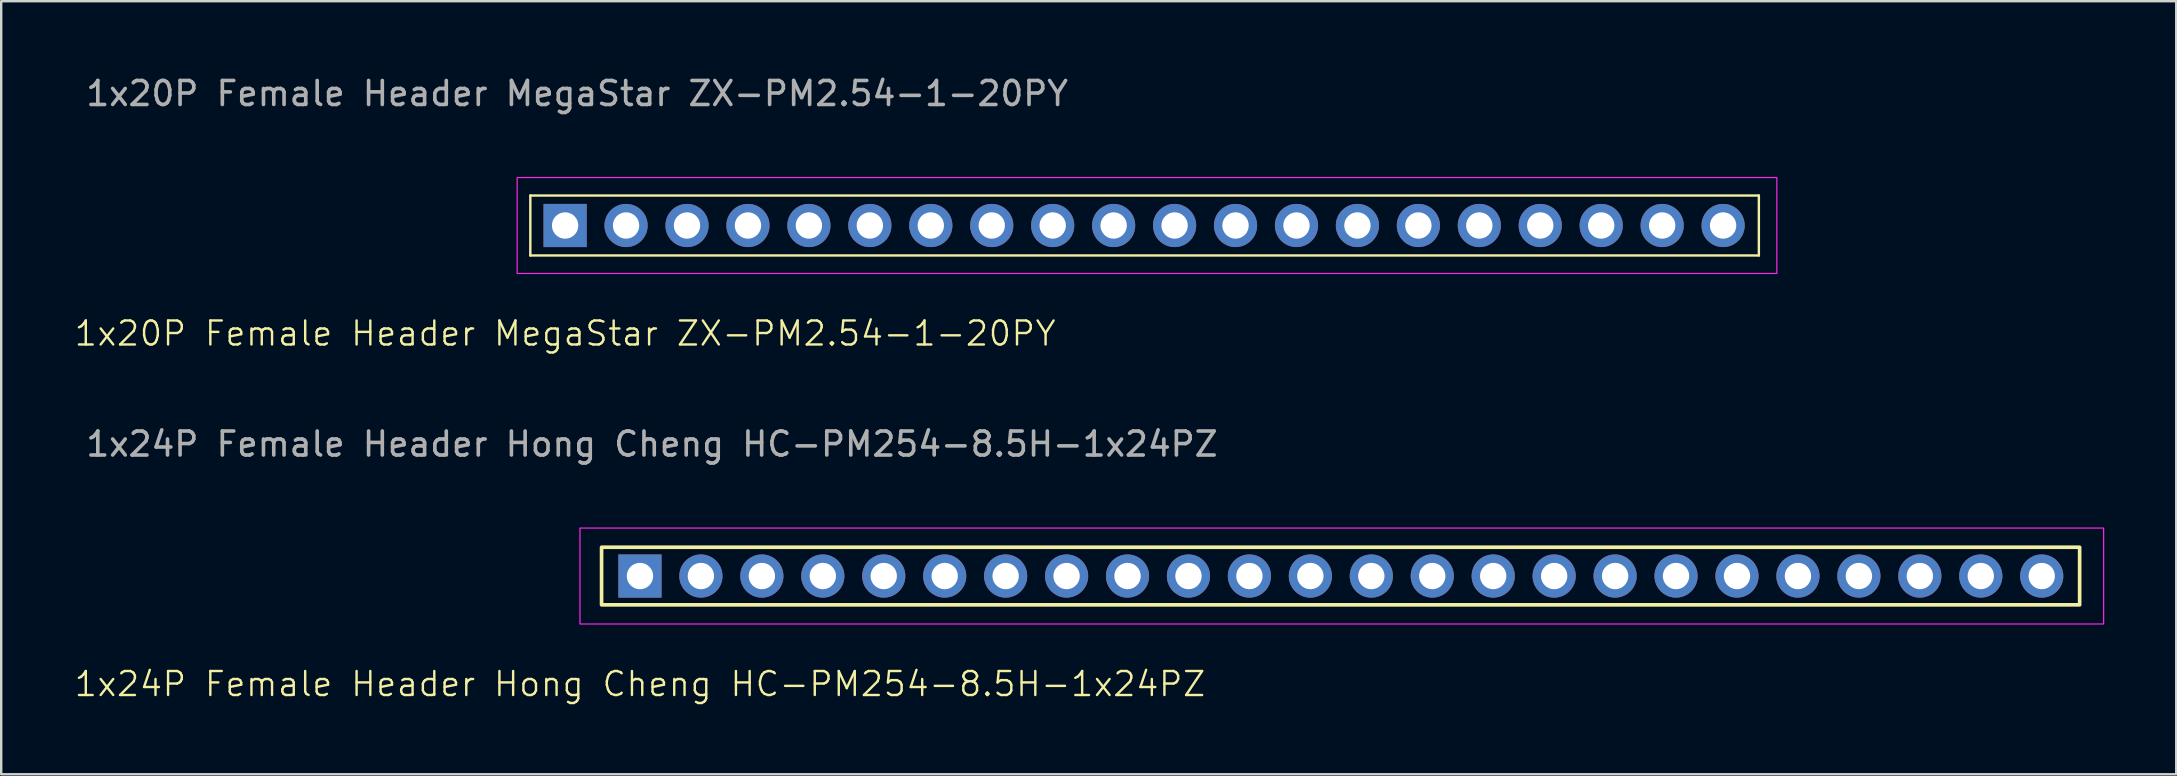
<source format=kicad_pcb>
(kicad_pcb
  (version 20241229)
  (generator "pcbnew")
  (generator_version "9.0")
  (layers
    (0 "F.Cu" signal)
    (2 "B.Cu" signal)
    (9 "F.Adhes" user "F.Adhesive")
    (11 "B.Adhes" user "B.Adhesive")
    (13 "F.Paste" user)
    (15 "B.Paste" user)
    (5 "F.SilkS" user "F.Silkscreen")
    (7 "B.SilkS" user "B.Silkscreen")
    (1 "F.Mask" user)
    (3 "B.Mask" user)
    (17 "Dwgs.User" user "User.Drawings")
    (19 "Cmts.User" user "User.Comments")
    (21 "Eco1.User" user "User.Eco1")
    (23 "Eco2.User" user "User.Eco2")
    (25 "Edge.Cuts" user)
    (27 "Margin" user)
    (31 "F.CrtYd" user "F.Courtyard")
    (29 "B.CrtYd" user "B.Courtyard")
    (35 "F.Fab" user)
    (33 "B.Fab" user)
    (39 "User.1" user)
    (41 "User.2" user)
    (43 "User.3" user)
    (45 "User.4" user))
  (footprint "1x20P Female Header MegaStar ZX-PM2.54-1-20PY"
    (layer "F.Cu")
    (at 20.502 6.348)
    (property "Reference" "1x20P Female Header MegaStar ZX-PM2.54-1-20PY" (at 0 4.5 0) (unlocked yes) (layer "F.SilkS") (effects (font (size 1 1) (thickness 0.1))))
    (attr through_hole)
    (fp_line (start -1.45 -1.25) (end 49.75 -1.25) (stroke (width 0.1) (type default)) (layer "F.SilkS"))
    (fp_line (start -1.45 1.25) (end -1.45 -1.25) (stroke (width 0.1) (type default)) (layer "F.SilkS"))
    (fp_line (start 49.75 -1.25) (end 49.75 1.25) (stroke (width 0.1) (type default)) (layer "F.SilkS"))
    (fp_line (start 49.75 1.25) (end -1.45 1.25) (stroke (width 0.1) (type default)) (layer "F.SilkS"))
    (fp_rect (start -2 -2) (end 50.5 2) (stroke (width 0.05) (type default)) (fill no) (layer "F.CrtYd"))
    (fp_text user "${REFERENCE}" (at 0.5 -5.5 0) (unlocked yes) (layer "F.Fab") (effects (font (size 1 1) (thickness 0.15))))
    (pad "1" thru_hole rect (at 0 0) (size 1.8 1.8) (drill 1.1) (layers "*.Cu" "*.Mask"))
    (pad "2" thru_hole circle (at 2.54 0) (size 1.8 1.8) (drill 1.1) (layers "*.Cu" "*.Mask"))
    (pad "3" thru_hole circle (at 5.08 0) (size 1.8 1.8) (drill 1.1) (layers "*.Cu" "*.Mask"))
    (pad "4" thru_hole circle (at 7.62 0) (size 1.8 1.8) (drill 1.1) (layers "*.Cu" "*.Mask"))
    (pad "5" thru_hole circle (at 10.16 0) (size 1.8 1.8) (drill 1.1) (layers "*.Cu" "*.Mask"))
    (pad "6" thru_hole circle (at 12.7 0) (size 1.8 1.8) (drill 1.1) (layers "*.Cu" "*.Mask"))
    (pad "7" thru_hole circle (at 15.24 0) (size 1.8 1.8) (drill 1.1) (layers "*.Cu" "*.Mask"))
    (pad "8" thru_hole circle (at 17.78 0) (size 1.8 1.8) (drill 1.1) (layers "*.Cu" "*.Mask"))
    (pad "9" thru_hole circle (at 20.32 0) (size 1.8 1.8) (drill 1.1) (layers "*.Cu" "*.Mask"))
    (pad "10" thru_hole circle (at 22.86 0) (size 1.8 1.8) (drill 1.1) (layers "*.Cu" "*.Mask"))
    (pad "11" thru_hole circle (at 25.4 0) (size 1.8 1.8) (drill 1.1) (layers "*.Cu" "*.Mask"))
    (pad "12" thru_hole circle (at 27.94 0) (size 1.8 1.8) (drill 1.1) (layers "*.Cu" "*.Mask"))
    (pad "13" thru_hole circle (at 30.48 0) (size 1.8 1.8) (drill 1.1) (layers "*.Cu" "*.Mask"))
    (pad "14" thru_hole circle (at 33.02 0) (size 1.8 1.8) (drill 1.1) (layers "*.Cu" "*.Mask"))
    (pad "15" thru_hole circle (at 35.56 0) (size 1.8 1.8) (drill 1.1) (layers "*.Cu" "*.Mask"))
    (pad "16" thru_hole circle (at 38.1 0) (size 1.8 1.8) (drill 1.1) (layers "*.Cu" "*.Mask"))
    (pad "17" thru_hole circle (at 40.64 0) (size 1.8 1.8) (drill 1.1) (layers "*.Cu" "*.Mask"))
    (pad "18" thru_hole circle (at 43.18 0) (size 1.8 1.8) (drill 1.1) (layers "*.Cu" "*.Mask"))
    (pad "19" thru_hole circle (at 45.72 0) (size 1.8 1.8) (drill 1.1) (layers "*.Cu" "*.Mask"))
    (pad "20" thru_hole circle (at 48.26 0) (size 1.8 1.8) (drill 1.1) (layers "*.Cu" "*.Mask"))
    (zone (net_name "") (layer "F.SilkS") (hatch edge 0.5) (connect_pads) (min_thickness 0.25) (filled_areas_thickness no) (keepout (tracks allowed) (vias allowed) (pads not_allowed) (copperpour allowed) (footprints not_allowed)) (placement (enabled no)) (fill) (polygon (pts (xy 19.052 5.098) (xy 70.252 5.098) (xy 70.252 7.598) (xy 19.052 7.598)))))
  (footprint "1x24P Female Header Hong Cheng HC-PM254-8.5H-1x24PZ"
    (layer "F.Cu")
    (at 23.621 20.957)
    (property "Reference" "1x24P Female Header Hong Cheng HC-PM254-8.5H-1x24PZ" (at 0 4.5 0) (unlocked yes) (layer "F.SilkS") (effects (font (size 1 1) (thickness 0.1))))
    (attr through_hole)
    (fp_rect (start -1.6 -1.2) (end 60 1.2) (stroke (width 0.152) (type default)) (fill no) (layer "F.SilkS"))
    (fp_rect (start -2.5 -2) (end 61 2) (stroke (width 0.05) (type default)) (fill no) (layer "F.CrtYd"))
    (fp_text user "${REFERENCE}" (at 0.5 -5.5 0) (unlocked yes) (layer "F.Fab") (effects (font (size 1 1) (thickness 0.15))))
    (pad "1" thru_hole rect (at 0 0) (size 1.8 1.8) (drill 1.1) (layers "*.Cu" "*.Mask"))
    (pad "2" thru_hole circle (at 2.54 0) (size 1.8 1.8) (drill 1.1) (layers "*.Cu" "*.Mask"))
    (pad "3" thru_hole circle (at 5.08 0) (size 1.8 1.8) (drill 1.1) (layers "*.Cu" "*.Mask"))
    (pad "4" thru_hole circle (at 7.62 0) (size 1.8 1.8) (drill 1.1) (layers "*.Cu" "*.Mask"))
    (pad "5" thru_hole circle (at 10.16 0) (size 1.8 1.8) (drill 1.1) (layers "*.Cu" "*.Mask"))
    (pad "6" thru_hole circle (at 12.7 0) (size 1.8 1.8) (drill 1.1) (layers "*.Cu" "*.Mask"))
    (pad "7" thru_hole circle (at 15.24 0) (size 1.8 1.8) (drill 1.1) (layers "*.Cu" "*.Mask"))
    (pad "8" thru_hole circle (at 17.78 0) (size 1.8 1.8) (drill 1.1) (layers "*.Cu" "*.Mask"))
    (pad "9" thru_hole circle (at 20.32 0) (size 1.8 1.8) (drill 1.1) (layers "*.Cu" "*.Mask"))
    (pad "10" thru_hole circle (at 22.86 0) (size 1.8 1.8) (drill 1.1) (layers "*.Cu" "*.Mask"))
    (pad "11" thru_hole circle (at 25.4 0) (size 1.8 1.8) (drill 1.1) (layers "*.Cu" "*.Mask"))
    (pad "12" thru_hole circle (at 27.94 0) (size 1.8 1.8) (drill 1.1) (layers "*.Cu" "*.Mask"))
    (pad "13" thru_hole circle (at 30.48 0) (size 1.8 1.8) (drill 1.1) (layers "*.Cu" "*.Mask"))
    (pad "14" thru_hole circle (at 33.02 0) (size 1.8 1.8) (drill 1.1) (layers "*.Cu" "*.Mask"))
    (pad "15" thru_hole circle (at 35.56 0) (size 1.8 1.8) (drill 1.1) (layers "*.Cu" "*.Mask"))
    (pad "16" thru_hole circle (at 38.1 0) (size 1.8 1.8) (drill 1.1) (layers "*.Cu" "*.Mask"))
    (pad "17" thru_hole circle (at 40.64 0) (size 1.8 1.8) (drill 1.1) (layers "*.Cu" "*.Mask"))
    (pad "18" thru_hole circle (at 43.18 0) (size 1.8 1.8) (drill 1.1) (layers "*.Cu" "*.Mask"))
    (pad "19" thru_hole circle (at 45.72 0) (size 1.8 1.8) (drill 1.1) (layers "*.Cu" "*.Mask"))
    (pad "20" thru_hole circle (at 48.26 0) (size 1.8 1.8) (drill 1.1) (layers "*.Cu" "*.Mask"))
    (pad "21" thru_hole circle (at 50.8 0) (size 1.8 1.8) (drill 1.1) (layers "*.Cu" "*.Mask"))
    (pad "22" thru_hole circle (at 53.34 0) (size 1.8 1.8) (drill 1.1) (layers "*.Cu" "*.Mask"))
    (pad "23" thru_hole circle (at 55.88 0) (size 1.8 1.8) (drill 1.1) (layers "*.Cu" "*.Mask"))
    (pad "24" thru_hole circle (at 58.42 0) (size 1.8 1.8) (drill 1.1) (layers "*.Cu" "*.Mask"))
    (zone (net_name "") (layer "F.SilkS") (hatch edge 0.5) (connect_pads) (min_thickness 0.25) (filled_areas_thickness no) (keepout (tracks allowed) (vias allowed) (pads not_allowed) (copperpour allowed) (footprints not_allowed)) (placement (enabled no)) (fill) (polygon (pts (xy 22.021 19.757) (xy 83.621 19.757) (xy 83.621 22.157) (xy 22.021 22.157)))))
  (gr_rect
    (start -3 -3)
    (end 87.646 29.218)
    (stroke (width 0.1) (type default))
    (fill no)
    (layer "Edge.Cuts")))
</source>
